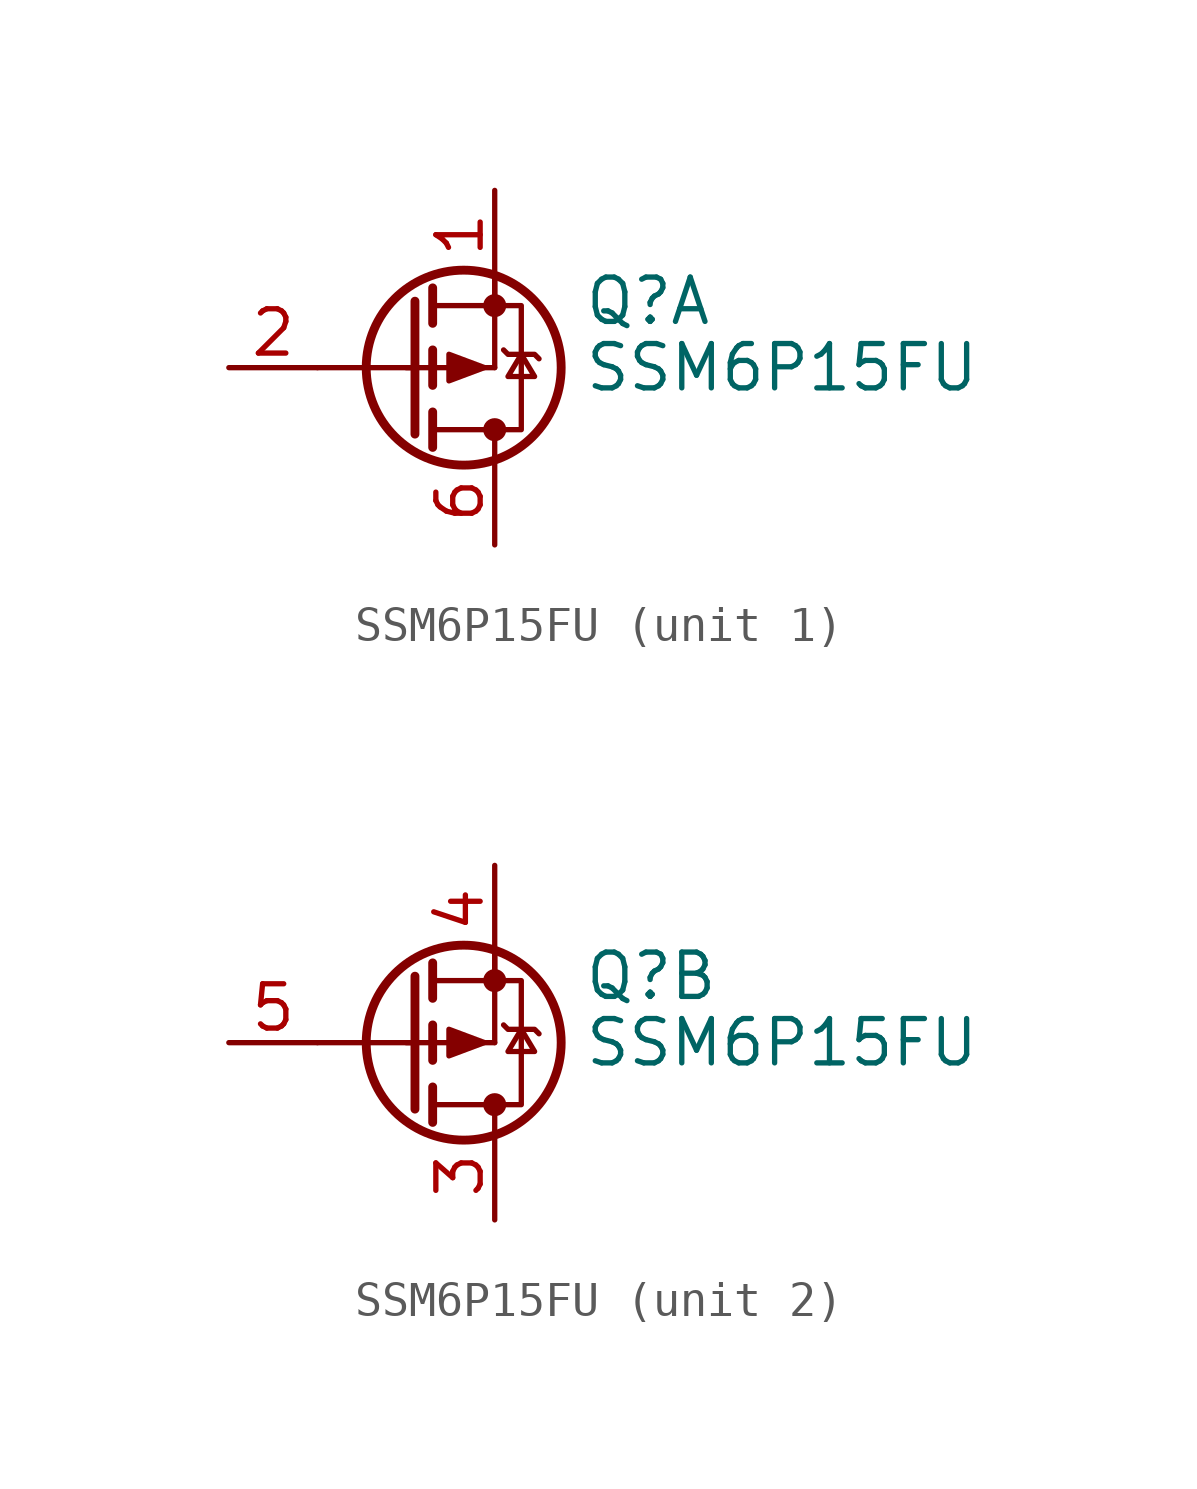
<source format=kicad_sym>
(kicad_symbol_lib
  (version 20220914)
  (generator kicad_symbol_editor)
  (symbol "SSM6P15FU"
    (pin_names hide)
    (property "Reference" "Q"
      (at 5.08 1.905 0)
      (effects (font (size 1.27 1.27)) (justify left)))
    (property "Value" "SSM6P15FU"
      (at 5.08 0 0)
      (effects (font (size 1.27 1.27)) (justify left)))
    (symbol "SSM6P15FU_0_1"
      (polyline (pts (xy 0.254 0) (xy -2.54 0)) (stroke (width 0) (type default)) (fill (type none)))
      (polyline (pts (xy 0.254 1.905) (xy 0.254 -1.905)) (stroke (width 0.254) (type default)) (fill (type none)))
      (polyline (pts (xy 0.762 -1.27) (xy 0.762 -2.286)) (stroke (width 0.254) (type default)) (fill (type none)))
      (polyline (pts (xy 0.762 0.508) (xy 0.762 -0.508)) (stroke (width 0.254) (type default)) (fill (type none)))
      (polyline (pts (xy 0.762 2.286) (xy 0.762 1.27)) (stroke (width 0.254) (type default)) (fill (type none)))
      (polyline (pts (xy 2.54 -1.905) (xy 2.54 -2.54)) (stroke (width 0) (type default)) (fill (type none)))
      (polyline (pts (xy 2.54 0) (xy 0 0)) (stroke (width 0) (type default)) (fill (type none)))
      (polyline (pts (xy 2.54 0) (xy 2.54 2.54)) (stroke (width 0) (type default)) (fill (type none)))
      (polyline (pts (xy 2.54 2.54) (xy 2.54 1.778)) (stroke (width 0) (type default)) (fill (type none)))
      (polyline (pts (xy 0.762 -1.778) (xy 3.302 -1.778) (xy 3.302 1.778) (xy 0.762 1.778)) (stroke (width 0) (type default)) (fill (type none)))
      (polyline (pts (xy 2.244 0.002) (xy 1.228 -0.379) (xy 1.228 0.383) (xy 2.244 0.002)) (stroke (width 0) (type default)) (fill (type outline)))
      (polyline (pts (xy 2.794 0.508) (xy 2.921 0.381) (xy 3.683 0.381) (xy 3.81 0.254)) (stroke (width 0) (type default)) (fill (type none)))
      (polyline (pts (xy 3.302 0.381) (xy 2.921 -0.254) (xy 3.683 -0.254) (xy 3.302 0.381)) (stroke (width 0) (type default)) (fill (type none)))
      (circle (center 1.651 0) (radius 2.794) (stroke (width 0.254) (type default)) (fill (type none)))
      (circle (center 2.54 -1.778) (radius 0.254) (stroke (width 0) (type default)) (fill (type outline)))
      (circle (center 2.54 1.778) (radius 0.254) (stroke (width 0) (type default)) (fill (type outline))))
    (symbol "SSM6P15FU_1_1"
      (pin passive line (at 2.54 5.08 270) (length 2.54) (name "S1" (effects (font (size 1.27 1.27)))) (number "1" (effects (font (size 1.27 1.27)))))
      (pin passive line (at -5.08 0 0) (length 2.54) (name "G1" (effects (font (size 1.27 1.27)))) (number "2" (effects (font (size 1.27 1.27)))))
      (pin passive line (at 2.54 -5.08 90) (length 2.54) (name "D1" (effects (font (size 1.27 1.27)))) (number "6" (effects (font (size 1.27 1.27))))))
    (symbol "SSM6P15FU_2_1"
      (pin passive line (at 2.54 -5.08 90) (length 2.54) (name "D2" (effects (font (size 1.27 1.27)))) (number "3" (effects (font (size 1.27 1.27)))))
      (pin passive line (at 2.54 5.08 270) (length 2.54) (name "S2" (effects (font (size 1.27 1.27)))) (number "4" (effects (font (size 1.27 1.27)))))
      (pin passive line (at -5.08 0 0) (length 2.54) (name "G2" (effects (font (size 1.27 1.27)))) (number "5" (effects (font (size 1.27 1.27))))))))
</source>
